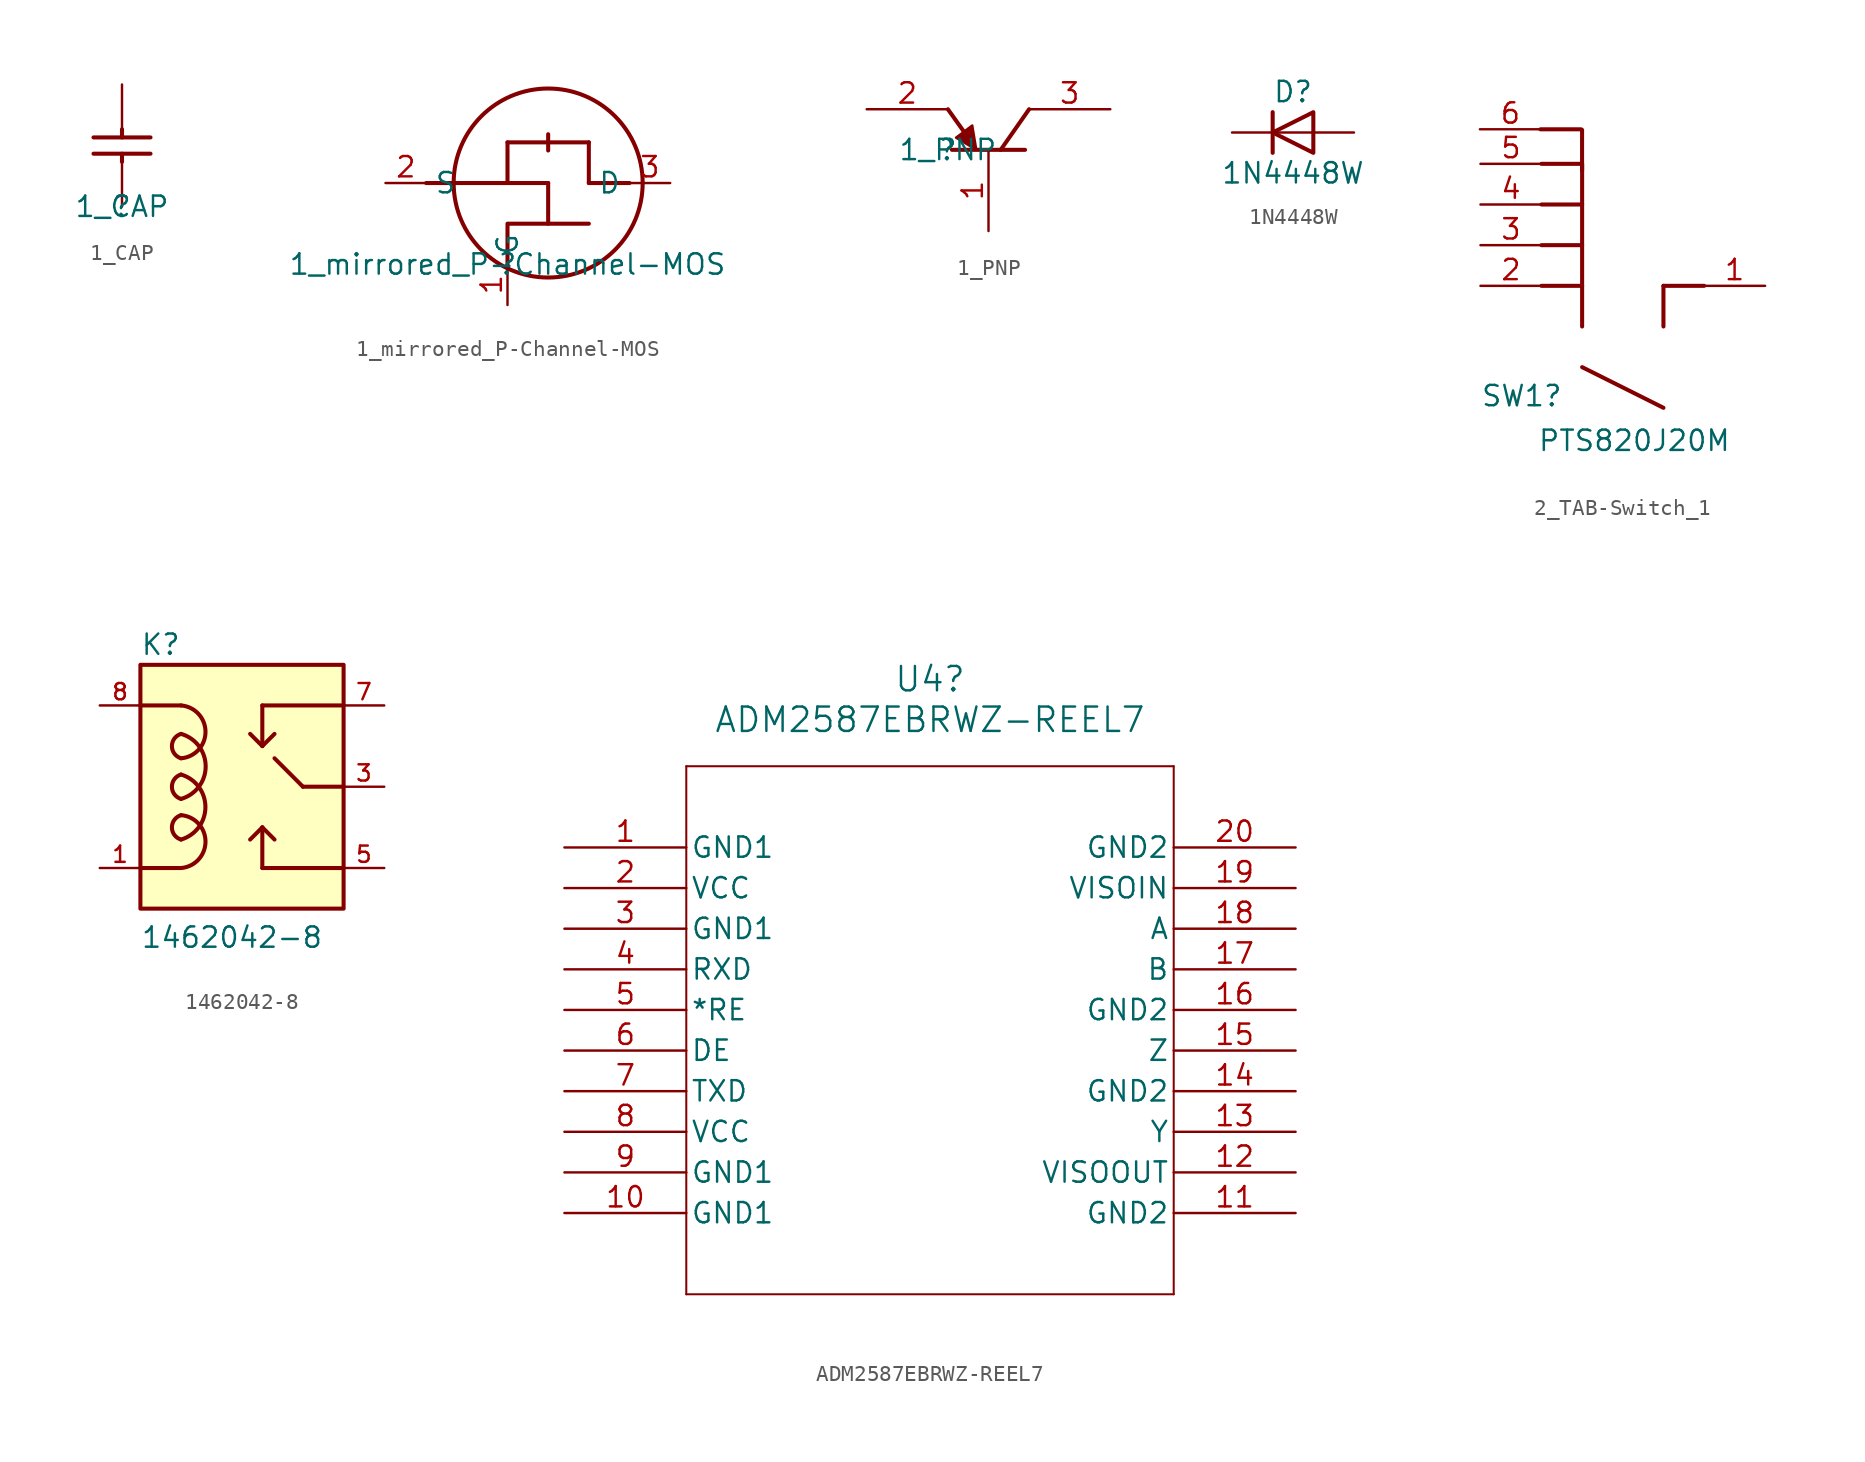
<source format=kicad_sym>
(kicad_symbol_lib
  (version 20231120)
  (generator "kicad_symbol_editor")
  (generator_version "8.0")
  (symbol "1_CAP"
    (property "Reference" ""
      (at 0 0 0)
      (effects (font (size 1.27 1.27))))
    (property "Value" "1_CAP"
      (at 0 0 0)
      (effects (font (size 1.27 1.27))))
    (symbol "1_CAP_1_0"
      (polyline (pts (xy 0 3.302) (xy 0 2.794)) (stroke (width 0.254) (type default)) (fill (type none)))
      (polyline (pts (xy 0 4.318) (xy 0 4.826)) (stroke (width 0.254) (type default)) (fill (type none)))
      (polyline (pts (xy 1.778 3.302) (xy -1.778 3.302)) (stroke (width 0.254) (type default)) (fill (type none)))
      (polyline (pts (xy 1.778 4.318) (xy -1.778 4.318)) (stroke (width 0.254) (type default)) (fill (type none)))
      (pin passive line (at 0 0 90) (length 3.302) (name "1" (effects (font (size 0 0)))) (number "1" (effects (font (size 0 0)))))
      (pin passive line (at 0 7.62 270) (length 3.302) (name "2" (effects (font (size 0 0)))) (number "2" (effects (font (size 0 0)))))))
  (symbol "1_mirrored_P-Channel-MOS"
    (property "Reference" ""
      (at 0 0 0)
      (effects (font (size 1.27 1.27))))
    (property "Value" "1_mirrored_P-Channel-MOS"
      (at 0 0 0)
      (effects (font (size 1.27 1.27))))
    (symbol "1_mirrored_P-Channel-MOS_1_0"
      (polyline (pts (xy -2.54 5.08) (xy -5.08 5.08)) (stroke (width 0.254) (type default)) (fill (type none)))
      (polyline (pts (xy 0 5.08) (xy 0 7.62)) (stroke (width 0.254) (type default)) (fill (type none)))
      (polyline (pts (xy 2.54 2.54) (xy 2.54 5.08)) (stroke (width 0.254) (type default)) (fill (type none)))
      (polyline (pts (xy 2.54 5.08) (xy -2.54 5.08)) (stroke (width 0.254) (type default)) (fill (type none)))
      (polyline (pts (xy 2.54 7.112) (xy 2.54 8.128)) (stroke (width 0.254) (type default)) (fill (type none)))
      (polyline (pts (xy 2.54 7.62) (xy 0 7.62)) (stroke (width 0.254) (type default)) (fill (type none)))
      (polyline (pts (xy 5.08 7.62) (xy 2.54 7.62)) (stroke (width 0.254) (type default)) (fill (type none)))
      (polyline (pts (xy 5.08 7.62) (xy 5.08 5.08)) (stroke (width 0.254) (type default)) (fill (type none)))
      (polyline (pts (xy 7.62 5.08) (xy 5.08 5.08)) (stroke (width 0.254) (type default)) (fill (type none)))
      (polyline (pts (xy 0 0) (xy 0 2.54) (xy 5.08 2.54)) (stroke (width 0.254) (type default)) (fill (type none)))
      (circle (center 2.54 5.08) (radius 5.903) (stroke (width 0.254) (type default)) (fill (type none)))
      (pin passive line (at 0 -2.54 90) (length 2.54) (name "G" (effects (font (size 1.27 1.27)))) (number "1" (effects (font (size 1.27 1.27)))))
      (pin passive line (at -7.62 5.08 0) (length 2.54) (name "S" (effects (font (size 1.27 1.27)))) (number "2" (effects (font (size 1.27 1.27)))))
      (pin passive line (at 10.16 5.08 180) (length 2.54) (name "D" (effects (font (size 1.27 1.27)))) (number "3" (effects (font (size 1.27 1.27)))))))
  (symbol "1_PNP"
    (property "Reference" ""
      (at 0 0 0)
      (effects (font (size 1.27 1.27))))
    (property "Value" "1_PNP"
      (at 0 0 0)
      (effects (font (size 1.27 1.27))))
    (symbol "1_PNP_1_0"
      (polyline (pts (xy 1.27 0.762) (xy 0 2.54)) (stroke (width 0.254) (type default)) (fill (type none)))
      (polyline (pts (xy 4.826 0) (xy 0.254 0)) (stroke (width 0.254) (type default)) (fill (type none)))
      (polyline (pts (xy 5.08 2.54) (xy 3.302 0)) (stroke (width 0.254) (type default)) (fill (type none)))
      (polyline (pts (xy 1.778 0) (xy 1.524 1.524) (xy 0.508 0.762) (xy 1.778 0)) (stroke (width 0) (type default)) (fill (type outline)))
      (pin passive line (at 2.54 -5.08 90) (length 5.08) (name "B" (effects (font (size 0 0)))) (number "1" (effects (font (size 1.27 1.27)))))
      (pin passive line (at -5.08 2.54 0) (length 5.08) (name "E" (effects (font (size 0 0)))) (number "2" (effects (font (size 1.27 1.27)))))
      (pin passive line (at 10.16 2.54 180) (length 5.08) (name "C" (effects (font (size 0 0)))) (number "3" (effects (font (size 1.27 1.27)))))))
  (symbol "1N4448W"
    (pin_numbers hide)
    (pin_names
      (offset 1.016) hide)
    (property "Reference" "D"
      (at 0 2.54 0)
      (effects (font (size 1.27 1.27))))
    (property "Value" "1N4448W"
      (at 0 -2.54 0)
      (effects (font (size 1.27 1.27))))
    (symbol "1N4448W_0_1"
      (polyline (pts (xy -1.27 1.27) (xy -1.27 -1.27)) (stroke (width 0.254) (type default)) (fill (type none)))
      (polyline (pts (xy 1.27 0) (xy -1.27 0)) (stroke (width 0) (type default)) (fill (type none)))
      (polyline (pts (xy 1.27 1.27) (xy 1.27 -1.27) (xy -1.27 0) (xy 1.27 1.27)) (stroke (width 0.254) (type default)) (fill (type none))))
    (symbol "1N4448W_1_1"
      (pin passive line (at -3.81 0 0) (length 2.54) (name "K" (effects (font (size 1.27 1.27)))) (number "1" (effects (font (size 1.27 1.27)))))
      (pin passive line (at 3.81 0 180) (length 2.54) (name "A" (effects (font (size 1.27 1.27)))) (number "2" (effects (font (size 1.27 1.27)))))))
  (symbol "2_TAB-Switch_1"
    (property "Reference" "SW1"
      (at -10.16 -10.16 0)
      (effects (font (size 1.27 1.27)) (justify left bottom)))
    (property "Value" "PTS820J20M"
      (at -6.604 -12.954 0)
      (effects (font (size 1.27 1.27)) (justify left bottom)))
    (symbol "2_TAB-Switch_1_1_0"
      (polyline (pts (xy -6.411 7.237) (xy -3.871 7.237)) (stroke (width 0.254) (type default)) (fill (type none)))
      (polyline (pts (xy -3.813 4.658) (xy -3.813 7.198)) (stroke (width 0.254) (type default)) (fill (type none)))
      (polyline (pts (xy -3.81 -7.62) (xy 1.27 -10.16)) (stroke (width 0.254) (type default)) (fill (type none)))
      (polyline (pts (xy -3.81 -2.54) (xy -6.35 -2.54)) (stroke (width 0.254) (type default)) (fill (type none)))
      (polyline (pts (xy -3.81 0) (xy -6.35 0)) (stroke (width 0.254) (type default)) (fill (type none)))
      (polyline (pts (xy -3.81 2.54) (xy -6.35 2.54)) (stroke (width 0.254) (type default)) (fill (type none)))
      (polyline (pts (xy 1.27 -2.54) (xy 1.27 -5.08)) (stroke (width 0.254) (type default)) (fill (type none)))
      (polyline (pts (xy 3.81 -2.54) (xy 1.27 -2.54)) (stroke (width 0.254) (type default)) (fill (type none)))
      (polyline (pts (xy -3.81 -5.08) (xy -3.81 5.08) (xy -6.35 5.08)) (stroke (width 0.254) (type default)) (fill (type none)))
      (pin passive line (at 7.62 -2.54 180) (length 3.81) (name "1" (effects (font (size 0 0)))) (number "1" (effects (font (size 1.27 1.27)))))
      (pin passive line (at -10.16 -2.54 0) (length 3.81) (name "GND" (effects (font (size 0 0)))) (number "2" (effects (font (size 1.27 1.27)))))
      (pin passive line (at -10.16 0 0) (length 3.81) (name "GND" (effects (font (size 0 0)))) (number "3" (effects (font (size 1.27 1.27)))))
      (pin passive line (at -10.16 2.54 0) (length 3.81) (name "GND" (effects (font (size 0 0)))) (number "4" (effects (font (size 1.27 1.27)))))
      (pin passive line (at -10.16 5.08 0) (length 3.81) (name "GND" (effects (font (size 0 0)))) (number "5" (effects (font (size 1.27 1.27)))))
      (pin passive line (at -10.195 7.24 0) (length 3.81) (name "GND" (effects (font (size 0 0)))) (number "6" (effects (font (size 1.27 1.27)))))))
  (symbol "1462042-8"
    (pin_names
      (offset 1.016))
    (property "Reference" "K"
      (at -5.09 8.144 0)
      (effects (font (size 1.27 1.27)) (justify left bottom)))
    (property "Value" "1462042-8"
      (at -5.081 -10.162 0)
      (effects (font (size 1.27 1.27)) (justify left bottom)))
    (symbol "1462042-8_0_0"
      (rectangle (start -5.08 -7.62) (end 7.62 7.62) (stroke (width 0.254) (type default)) (fill (type background)))
      (arc (start -2.54 -5.08) (mid -1.0111 -3.429) (end -2.54 -1.778) (stroke (width 0.254) (type default)) (fill (type none)))
      (arc (start -2.54 -3.302) (mid -1.016 -1.27) (end -2.54 0.762) (stroke (width 0.254) (type default)) (fill (type none)))
      (arc (start -2.54 -1.778) (mid -3.1115 -2.54) (end -2.54 -3.302) (stroke (width 0.254) (type default)) (fill (type none)))
      (arc (start -2.54 -0.762) (mid -1.0007 1.27) (end -2.54 3.302) (stroke (width 0.254) (type default)) (fill (type none)))
      (arc (start -2.54 0.762) (mid -3.1115 0) (end -2.54 -0.762) (stroke (width 0.254) (type default)) (fill (type none)))
      (arc (start -2.54 1.778) (mid -1.0111 3.429) (end -2.54 5.08) (stroke (width 0.254) (type default)) (fill (type none)))
      (arc (start -2.54 3.302) (mid -3.1115 2.54) (end -2.54 1.778) (stroke (width 0.254) (type default)) (fill (type none)))
      (polyline (pts (xy -5.08 -5.08) (xy -2.54 -5.08)) (stroke (width 0.254) (type default)) (fill (type none)))
      (polyline (pts (xy -5.08 5.08) (xy -2.54 5.08)) (stroke (width 0.254) (type default)) (fill (type none)))
      (polyline (pts (xy 2.54 -5.08) (xy 2.54 -2.54)) (stroke (width 0.254) (type default)) (fill (type none)))
      (polyline (pts (xy 2.54 -2.54) (xy 1.778 -3.302)) (stroke (width 0.254) (type default)) (fill (type none)))
      (polyline (pts (xy 2.54 -2.54) (xy 3.302 -3.302)) (stroke (width 0.254) (type default)) (fill (type none)))
      (polyline (pts (xy 2.54 2.54) (xy 1.778 3.302)) (stroke (width 0.254) (type default)) (fill (type none)))
      (polyline (pts (xy 2.54 2.54) (xy 3.302 3.302)) (stroke (width 0.254) (type default)) (fill (type none)))
      (polyline (pts (xy 2.54 5.08) (xy 2.54 2.54)) (stroke (width 0.254) (type default)) (fill (type none)))
      (polyline (pts (xy 5.08 0) (xy 3.302 1.778)) (stroke (width 0.254) (type default)) (fill (type none)))
      (polyline (pts (xy 7.62 -5.08) (xy 2.54 -5.08)) (stroke (width 0.254) (type default)) (fill (type none)))
      (polyline (pts (xy 7.62 0) (xy 5.08 0)) (stroke (width 0.254) (type default)) (fill (type none)))
      (polyline (pts (xy 7.62 5.08) (xy 2.54 5.08)) (stroke (width 0.254) (type default)) (fill (type none)))
      (pin passive line (at -7.62 -5.08 0) (length 2.54) (name "~" (effects (font (size 1.016 1.016)))) (number "1" (effects (font (size 1.016 1.016)))))
      (pin passive line (at 10.16 0 180) (length 2.54) (name "~" (effects (font (size 1.016 1.016)))) (number "3" (effects (font (size 1.016 1.016)))))
      (pin passive line (at 10.16 -5.08 180) (length 2.54) (name "~" (effects (font (size 1.016 1.016)))) (number "5" (effects (font (size 1.016 1.016)))))
      (pin passive line (at 10.16 5.08 180) (length 2.54) (name "~" (effects (font (size 1.016 1.016)))) (number "7" (effects (font (size 1.016 1.016)))))
      (pin passive line (at -7.62 5.08 0) (length 2.54) (name "~" (effects (font (size 1.016 1.016)))) (number "8" (effects (font (size 1.016 1.016)))))))
  (symbol "ADM2587EBRWZ-REEL7"
    (pin_names
      (offset 0.254))
    (property "Reference" "U4"
      (at 22.86 10.525 0)
      (effects (font (size 1.524 1.524))))
    (property "Value" "ADM2587EBRWZ-REEL7"
      (at 22.86 7.986 0)
      (effects (font (size 1.524 1.524))))
    (property "ki_locked" ""
      (at 0 0 0)
      (effects (font (size 1.27 1.27))))
    (symbol "ADM2587EBRWZ-REEL7_0_1"
      (polyline (pts (xy 7.62 -27.94) (xy 38.1 -27.94)) (stroke (width 0.127) (type default)) (fill (type none)))
      (polyline (pts (xy 7.62 5.08) (xy 7.62 -27.94)) (stroke (width 0.127) (type default)) (fill (type none)))
      (polyline (pts (xy 38.1 -27.94) (xy 38.1 5.08)) (stroke (width 0.127) (type default)) (fill (type none)))
      (polyline (pts (xy 38.1 5.08) (xy 7.62 5.08)) (stroke (width 0.127) (type default)) (fill (type none)))
      (pin output line (at 45.72 -20.32 180) (length 7.62) (name "VISOOUT" (effects (font (size 1.27 1.27)))) (number "12" (effects (font (size 1.27 1.27)))))
      (pin unspecified line (at 45.72 -17.78 180) (length 7.62) (name "Y" (effects (font (size 1.27 1.27)))) (number "13" (effects (font (size 1.27 1.27)))))
      (pin unspecified line (at 45.72 -12.7 180) (length 7.62) (name "Z" (effects (font (size 1.27 1.27)))) (number "15" (effects (font (size 1.27 1.27)))))
      (pin unspecified line (at 45.72 -7.62 180) (length 7.62) (name "B" (effects (font (size 1.27 1.27)))) (number "17" (effects (font (size 1.27 1.27)))))
      (pin unspecified line (at 45.72 -5.08 180) (length 7.62) (name "A" (effects (font (size 1.27 1.27)))) (number "18" (effects (font (size 1.27 1.27)))))
      (pin unspecified line (at 45.72 -2.54 180) (length 7.62) (name "VISOIN" (effects (font (size 1.27 1.27)))) (number "19" (effects (font (size 1.27 1.27)))))
      (pin unspecified line (at 0 -7.62 0) (length 7.62) (name "RXD" (effects (font (size 1.27 1.27)))) (number "4" (effects (font (size 1.27 1.27)))))
      (pin unspecified line (at 0 -10.16 0) (length 7.62) (name "*RE" (effects (font (size 1.27 1.27)))) (number "5" (effects (font (size 1.27 1.27)))))
      (pin unspecified line (at 0 -12.7 0) (length 7.62) (name "DE" (effects (font (size 1.27 1.27)))) (number "6" (effects (font (size 1.27 1.27)))))
      (pin unspecified line (at 0 -15.24 0) (length 7.62) (name "TXD" (effects (font (size 1.27 1.27)))) (number "7" (effects (font (size 1.27 1.27))))))
    (symbol "ADM2587EBRWZ-REEL7_1_1"
      (pin bidirectional line (at 0 0 0) (length 7.62) (name "GND1" (effects (font (size 1.27 1.27)))) (number "1" (effects (font (size 1.27 1.27)))))
      (pin bidirectional line (at 0 -22.86 0) (length 7.62) (name "GND1" (effects (font (size 1.27 1.27)))) (number "10" (effects (font (size 1.27 1.27)))))
      (pin bidirectional line (at 45.72 -22.86 180) (length 7.62) (name "GND2" (effects (font (size 1.27 1.27)))) (number "11" (effects (font (size 1.27 1.27)))))
      (pin bidirectional line (at 45.72 -15.24 180) (length 7.62) (name "GND2" (effects (font (size 1.27 1.27)))) (number "14" (effects (font (size 1.27 1.27)))))
      (pin bidirectional line (at 45.72 -10.16 180) (length 7.62) (name "GND2" (effects (font (size 1.27 1.27)))) (number "16" (effects (font (size 1.27 1.27)))))
      (pin bidirectional line (at 0 -2.54 0) (length 7.62) (name "VCC" (effects (font (size 1.27 1.27)))) (number "2" (effects (font (size 1.27 1.27)))))
      (pin bidirectional line (at 45.72 0 180) (length 7.62) (name "GND2" (effects (font (size 1.27 1.27)))) (number "20" (effects (font (size 1.27 1.27)))))
      (pin bidirectional line (at 0 -5.08 0) (length 7.62) (name "GND1" (effects (font (size 1.27 1.27)))) (number "3" (effects (font (size 1.27 1.27)))))
      (pin bidirectional line (at 0 -17.78 0) (length 7.62) (name "VCC" (effects (font (size 1.27 1.27)))) (number "8" (effects (font (size 1.27 1.27)))))
      (pin bidirectional line (at 0 -20.32 0) (length 7.62) (name "GND1" (effects (font (size 1.27 1.27)))) (number "9" (effects (font (size 1.27 1.27))))))))
</source>
